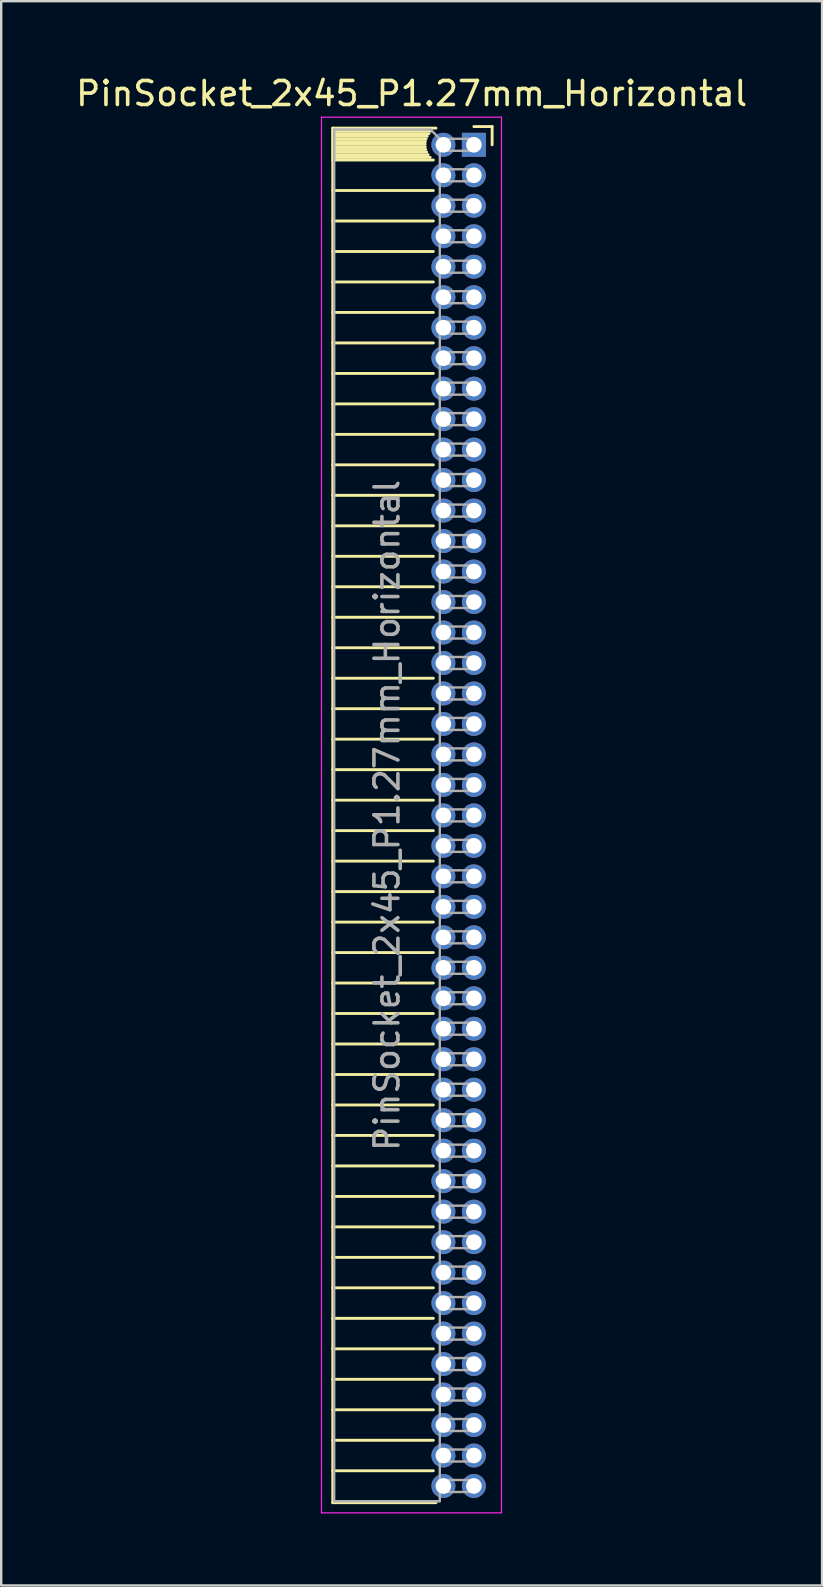
<source format=kicad_pcb>
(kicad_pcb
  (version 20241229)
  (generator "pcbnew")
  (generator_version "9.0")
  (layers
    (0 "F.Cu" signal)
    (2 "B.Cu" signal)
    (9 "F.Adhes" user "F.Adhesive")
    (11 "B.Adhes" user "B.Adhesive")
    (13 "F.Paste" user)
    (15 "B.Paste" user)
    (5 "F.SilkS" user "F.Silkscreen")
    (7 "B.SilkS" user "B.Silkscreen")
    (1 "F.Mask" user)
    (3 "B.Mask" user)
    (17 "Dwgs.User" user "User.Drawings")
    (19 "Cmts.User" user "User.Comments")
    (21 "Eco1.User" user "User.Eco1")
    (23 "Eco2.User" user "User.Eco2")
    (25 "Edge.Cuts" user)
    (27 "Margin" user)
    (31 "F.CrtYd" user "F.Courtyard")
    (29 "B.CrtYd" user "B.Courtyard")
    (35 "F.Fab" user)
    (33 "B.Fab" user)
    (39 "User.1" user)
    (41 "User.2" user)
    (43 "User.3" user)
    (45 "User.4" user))
  (footprint "PinSocket_2x45_P1.27mm_Horizontal"
    (layer "F.Cu")
    (at 16.694 2.983)
    (property "Reference" "PinSocket_2x45_P1.27mm_Horizontal" (at -2.592 -2.135 0) (layer "F.SilkS") (effects (font (size 1 1) (thickness 0.15))))
    (attr through_hole)
    (fp_line (start -5.88 -0.695) (end -5.88 56.575) (stroke (width 0.12) (type solid)) (layer "F.SilkS"))
    (fp_line (start -5.88 -0.695) (end -1.578 -0.695) (stroke (width 0.12) (type solid)) (layer "F.SilkS"))
    (fp_line (start -5.88 -0.575) (end -1.767 -0.575) (stroke (width 0.12) (type solid)) (layer "F.SilkS"))
    (fp_line (start -5.88 -0.465) (end -1.871 -0.465) (stroke (width 0.12) (type solid)) (layer "F.SilkS"))
    (fp_line (start -5.88 -0.355) (end -1.942 -0.355) (stroke (width 0.12) (type solid)) (layer "F.SilkS"))
    (fp_line (start -5.88 -0.245) (end -1.989 -0.245) (stroke (width 0.12) (type solid)) (layer "F.SilkS"))
    (fp_line (start -5.88 -0.135) (end -2.018 -0.135) (stroke (width 0.12) (type solid)) (layer "F.SilkS"))
    (fp_line (start -5.88 -0.025) (end -2.03 -0.025) (stroke (width 0.12) (type solid)) (layer "F.SilkS"))
    (fp_line (start -5.88 0.085) (end -2.025 0.085) (stroke (width 0.12) (type solid)) (layer "F.SilkS"))
    (fp_line (start -5.88 0.195) (end -2.005 0.195) (stroke (width 0.12) (type solid)) (layer "F.SilkS"))
    (fp_line (start -5.88 0.305) (end -1.966 0.305) (stroke (width 0.12) (type solid)) (layer "F.SilkS"))
    (fp_line (start -5.88 0.415) (end -1.907 0.415) (stroke (width 0.12) (type solid)) (layer "F.SilkS"))
    (fp_line (start -5.88 0.525) (end -1.82 0.525) (stroke (width 0.12) (type solid)) (layer "F.SilkS"))
    (fp_line (start -5.88 0.635) (end -1.688 0.635) (stroke (width 0.12) (type solid)) (layer "F.SilkS"))
    (fp_line (start -5.88 1.905) (end -1.688 1.905) (stroke (width 0.12) (type solid)) (layer "F.SilkS"))
    (fp_line (start -5.88 3.175) (end -1.688 3.175) (stroke (width 0.12) (type solid)) (layer "F.SilkS"))
    (fp_line (start -5.88 4.445) (end -1.688 4.445) (stroke (width 0.12) (type solid)) (layer "F.SilkS"))
    (fp_line (start -5.88 5.715) (end -1.688 5.715) (stroke (width 0.12) (type solid)) (layer "F.SilkS"))
    (fp_line (start -5.88 6.985) (end -1.688 6.985) (stroke (width 0.12) (type solid)) (layer "F.SilkS"))
    (fp_line (start -5.88 8.255) (end -1.688 8.255) (stroke (width 0.12) (type solid)) (layer "F.SilkS"))
    (fp_line (start -5.88 9.525) (end -1.688 9.525) (stroke (width 0.12) (type solid)) (layer "F.SilkS"))
    (fp_line (start -5.88 10.795) (end -1.688 10.795) (stroke (width 0.12) (type solid)) (layer "F.SilkS"))
    (fp_line (start -5.88 12.065) (end -1.688 12.065) (stroke (width 0.12) (type solid)) (layer "F.SilkS"))
    (fp_line (start -5.88 13.335) (end -1.688 13.335) (stroke (width 0.12) (type solid)) (layer "F.SilkS"))
    (fp_line (start -5.88 14.605) (end -1.688 14.605) (stroke (width 0.12) (type solid)) (layer "F.SilkS"))
    (fp_line (start -5.88 15.875) (end -1.688 15.875) (stroke (width 0.12) (type solid)) (layer "F.SilkS"))
    (fp_line (start -5.88 17.145) (end -1.688 17.145) (stroke (width 0.12) (type solid)) (layer "F.SilkS"))
    (fp_line (start -5.88 18.415) (end -1.688 18.415) (stroke (width 0.12) (type solid)) (layer "F.SilkS"))
    (fp_line (start -5.88 19.685) (end -1.688 19.685) (stroke (width 0.12) (type solid)) (layer "F.SilkS"))
    (fp_line (start -5.88 20.955) (end -1.688 20.955) (stroke (width 0.12) (type solid)) (layer "F.SilkS"))
    (fp_line (start -5.88 22.225) (end -1.688 22.225) (stroke (width 0.12) (type solid)) (layer "F.SilkS"))
    (fp_line (start -5.88 23.495) (end -1.688 23.495) (stroke (width 0.12) (type solid)) (layer "F.SilkS"))
    (fp_line (start -5.88 24.765) (end -1.688 24.765) (stroke (width 0.12) (type solid)) (layer "F.SilkS"))
    (fp_line (start -5.88 26.035) (end -1.688 26.035) (stroke (width 0.12) (type solid)) (layer "F.SilkS"))
    (fp_line (start -5.88 27.305) (end -1.688 27.305) (stroke (width 0.12) (type solid)) (layer "F.SilkS"))
    (fp_line (start -5.88 28.575) (end -1.688 28.575) (stroke (width 0.12) (type solid)) (layer "F.SilkS"))
    (fp_line (start -5.88 29.845) (end -1.688 29.845) (stroke (width 0.12) (type solid)) (layer "F.SilkS"))
    (fp_line (start -5.88 31.115) (end -1.688 31.115) (stroke (width 0.12) (type solid)) (layer "F.SilkS"))
    (fp_line (start -5.88 32.385) (end -1.688 32.385) (stroke (width 0.12) (type solid)) (layer "F.SilkS"))
    (fp_line (start -5.88 33.655) (end -1.688 33.655) (stroke (width 0.12) (type solid)) (layer "F.SilkS"))
    (fp_line (start -5.88 34.925) (end -1.688 34.925) (stroke (width 0.12) (type solid)) (layer "F.SilkS"))
    (fp_line (start -5.88 36.195) (end -1.688 36.195) (stroke (width 0.12) (type solid)) (layer "F.SilkS"))
    (fp_line (start -5.88 37.465) (end -1.688 37.465) (stroke (width 0.12) (type solid)) (layer "F.SilkS"))
    (fp_line (start -5.88 38.735) (end -1.688 38.735) (stroke (width 0.12) (type solid)) (layer "F.SilkS"))
    (fp_line (start -5.88 40.005) (end -1.688 40.005) (stroke (width 0.12) (type solid)) (layer "F.SilkS"))
    (fp_line (start -5.88 41.275) (end -1.688 41.275) (stroke (width 0.12) (type solid)) (layer "F.SilkS"))
    (fp_line (start -5.88 42.545) (end -1.688 42.545) (stroke (width 0.12) (type solid)) (layer "F.SilkS"))
    (fp_line (start -5.88 43.815) (end -1.688 43.815) (stroke (width 0.12) (type solid)) (layer "F.SilkS"))
    (fp_line (start -5.88 45.085) (end -1.688 45.085) (stroke (width 0.12) (type solid)) (layer "F.SilkS"))
    (fp_line (start -5.88 46.355) (end -1.688 46.355) (stroke (width 0.12) (type solid)) (layer "F.SilkS"))
    (fp_line (start -5.88 47.625) (end -1.688 47.625) (stroke (width 0.12) (type solid)) (layer "F.SilkS"))
    (fp_line (start -5.88 48.895) (end -1.688 48.895) (stroke (width 0.12) (type solid)) (layer "F.SilkS"))
    (fp_line (start -5.88 50.165) (end -1.688 50.165) (stroke (width 0.12) (type solid)) (layer "F.SilkS"))
    (fp_line (start -5.88 51.435) (end -1.688 51.435) (stroke (width 0.12) (type solid)) (layer "F.SilkS"))
    (fp_line (start -5.88 52.705) (end -1.688 52.705) (stroke (width 0.12) (type solid)) (layer "F.SilkS"))
    (fp_line (start -5.88 53.975) (end -1.688 53.975) (stroke (width 0.12) (type solid)) (layer "F.SilkS"))
    (fp_line (start -5.88 55.245) (end -1.688 55.245) (stroke (width 0.12) (type solid)) (layer "F.SilkS"))
    (fp_line (start -5.88 56.575) (end -1.578 56.575) (stroke (width 0.12) (type solid)) (layer "F.SilkS"))
    (fp_line (start 0 -0.76) (end 0.76 -0.76) (stroke (width 0.12) (type solid)) (layer "F.SilkS"))
    (fp_line (start 0.76 -0.76) (end 0.76 0) (stroke (width 0.12) (type solid)) (layer "F.SilkS"))
    (fp_line (start -6.35 -1.15) (end -6.35 57) (stroke (width 0.05) (type solid)) (layer "F.CrtYd"))
    (fp_line (start -6.35 57) (end 1.15 57) (stroke (width 0.05) (type solid)) (layer "F.CrtYd"))
    (fp_line (start 1.15 -1.15) (end -6.35 -1.15) (stroke (width 0.05) (type solid)) (layer "F.CrtYd"))
    (fp_line (start 1.15 57) (end 1.15 -1.15) (stroke (width 0.05) (type solid)) (layer "F.CrtYd"))
    (fp_line (start -5.82 -0.635) (end -1.805 -0.635) (stroke (width 0.1) (type solid)) (layer "F.Fab"))
    (fp_line (start -5.82 56.515) (end -5.82 -0.635) (stroke (width 0.1) (type solid)) (layer "F.Fab"))
    (fp_line (start -1.805 -0.635) (end -1.42 -0.25) (stroke (width 0.1) (type solid)) (layer "F.Fab"))
    (fp_line (start -1.42 -0.25) (end -1.42 56.515) (stroke (width 0.1) (type solid)) (layer "F.Fab"))
    (fp_line (start -1.42 0.25) (end 0 0.25) (stroke (width 0.1) (type solid)) (layer "F.Fab"))
    (fp_line (start -1.42 1.52) (end 0 1.52) (stroke (width 0.1) (type solid)) (layer "F.Fab"))
    (fp_line (start -1.42 2.79) (end 0 2.79) (stroke (width 0.1) (type solid)) (layer "F.Fab"))
    (fp_line (start -1.42 4.06) (end 0 4.06) (stroke (width 0.1) (type solid)) (layer "F.Fab"))
    (fp_line (start -1.42 5.33) (end 0 5.33) (stroke (width 0.1) (type solid)) (layer "F.Fab"))
    (fp_line (start -1.42 6.6) (end 0 6.6) (stroke (width 0.1) (type solid)) (layer "F.Fab"))
    (fp_line (start -1.42 7.87) (end 0 7.87) (stroke (width 0.1) (type solid)) (layer "F.Fab"))
    (fp_line (start -1.42 9.14) (end 0 9.14) (stroke (width 0.1) (type solid)) (layer "F.Fab"))
    (fp_line (start -1.42 10.41) (end 0 10.41) (stroke (width 0.1) (type solid)) (layer "F.Fab"))
    (fp_line (start -1.42 11.68) (end 0 11.68) (stroke (width 0.1) (type solid)) (layer "F.Fab"))
    (fp_line (start -1.42 12.95) (end 0 12.95) (stroke (width 0.1) (type solid)) (layer "F.Fab"))
    (fp_line (start -1.42 14.22) (end 0 14.22) (stroke (width 0.1) (type solid)) (layer "F.Fab"))
    (fp_line (start -1.42 15.49) (end 0 15.49) (stroke (width 0.1) (type solid)) (layer "F.Fab"))
    (fp_line (start -1.42 16.76) (end 0 16.76) (stroke (width 0.1) (type solid)) (layer "F.Fab"))
    (fp_line (start -1.42 18.03) (end 0 18.03) (stroke (width 0.1) (type solid)) (layer "F.Fab"))
    (fp_line (start -1.42 19.3) (end 0 19.3) (stroke (width 0.1) (type solid)) (layer "F.Fab"))
    (fp_line (start -1.42 20.57) (end 0 20.57) (stroke (width 0.1) (type solid)) (layer "F.Fab"))
    (fp_line (start -1.42 21.84) (end 0 21.84) (stroke (width 0.1) (type solid)) (layer "F.Fab"))
    (fp_line (start -1.42 23.11) (end 0 23.11) (stroke (width 0.1) (type solid)) (layer "F.Fab"))
    (fp_line (start -1.42 24.38) (end 0 24.38) (stroke (width 0.1) (type solid)) (layer "F.Fab"))
    (fp_line (start -1.42 25.65) (end 0 25.65) (stroke (width 0.1) (type solid)) (layer "F.Fab"))
    (fp_line (start -1.42 26.92) (end 0 26.92) (stroke (width 0.1) (type solid)) (layer "F.Fab"))
    (fp_line (start -1.42 28.19) (end 0 28.19) (stroke (width 0.1) (type solid)) (layer "F.Fab"))
    (fp_line (start -1.42 29.46) (end 0 29.46) (stroke (width 0.1) (type solid)) (layer "F.Fab"))
    (fp_line (start -1.42 30.73) (end 0 30.73) (stroke (width 0.1) (type solid)) (layer "F.Fab"))
    (fp_line (start -1.42 32) (end 0 32) (stroke (width 0.1) (type solid)) (layer "F.Fab"))
    (fp_line (start -1.42 33.27) (end 0 33.27) (stroke (width 0.1) (type solid)) (layer "F.Fab"))
    (fp_line (start -1.42 34.54) (end 0 34.54) (stroke (width 0.1) (type solid)) (layer "F.Fab"))
    (fp_line (start -1.42 35.81) (end 0 35.81) (stroke (width 0.1) (type solid)) (layer "F.Fab"))
    (fp_line (start -1.42 37.08) (end 0 37.08) (stroke (width 0.1) (type solid)) (layer "F.Fab"))
    (fp_line (start -1.42 38.35) (end 0 38.35) (stroke (width 0.1) (type solid)) (layer "F.Fab"))
    (fp_line (start -1.42 39.62) (end 0 39.62) (stroke (width 0.1) (type solid)) (layer "F.Fab"))
    (fp_line (start -1.42 40.89) (end 0 40.89) (stroke (width 0.1) (type solid)) (layer "F.Fab"))
    (fp_line (start -1.42 42.16) (end 0 42.16) (stroke (width 0.1) (type solid)) (layer "F.Fab"))
    (fp_line (start -1.42 43.43) (end 0 43.43) (stroke (width 0.1) (type solid)) (layer "F.Fab"))
    (fp_line (start -1.42 44.7) (end 0 44.7) (stroke (width 0.1) (type solid)) (layer "F.Fab"))
    (fp_line (start -1.42 45.97) (end 0 45.97) (stroke (width 0.1) (type solid)) (layer "F.Fab"))
    (fp_line (start -1.42 47.24) (end 0 47.24) (stroke (width 0.1) (type solid)) (layer "F.Fab"))
    (fp_line (start -1.42 48.51) (end 0 48.51) (stroke (width 0.1) (type solid)) (layer "F.Fab"))
    (fp_line (start -1.42 49.78) (end 0 49.78) (stroke (width 0.1) (type solid)) (layer "F.Fab"))
    (fp_line (start -1.42 51.05) (end 0 51.05) (stroke (width 0.1) (type solid)) (layer "F.Fab"))
    (fp_line (start -1.42 52.32) (end 0 52.32) (stroke (width 0.1) (type solid)) (layer "F.Fab"))
    (fp_line (start -1.42 53.59) (end 0 53.59) (stroke (width 0.1) (type solid)) (layer "F.Fab"))
    (fp_line (start -1.42 54.86) (end 0 54.86) (stroke (width 0.1) (type solid)) (layer "F.Fab"))
    (fp_line (start -1.42 56.13) (end 0 56.13) (stroke (width 0.1) (type solid)) (layer "F.Fab"))
    (fp_line (start -1.42 56.515) (end -5.82 56.515) (stroke (width 0.1) (type solid)) (layer "F.Fab"))
    (fp_line (start 0 -0.25) (end -1.42 -0.25) (stroke (width 0.1) (type solid)) (layer "F.Fab"))
    (fp_line (start 0 0.25) (end 0 -0.25) (stroke (width 0.1) (type solid)) (layer "F.Fab"))
    (fp_line (start 0 1.02) (end -1.42 1.02) (stroke (width 0.1) (type solid)) (layer "F.Fab"))
    (fp_line (start 0 1.52) (end 0 1.02) (stroke (width 0.1) (type solid)) (layer "F.Fab"))
    (fp_line (start 0 2.29) (end -1.42 2.29) (stroke (width 0.1) (type solid)) (layer "F.Fab"))
    (fp_line (start 0 2.79) (end 0 2.29) (stroke (width 0.1) (type solid)) (layer "F.Fab"))
    (fp_line (start 0 3.56) (end -1.42 3.56) (stroke (width 0.1) (type solid)) (layer "F.Fab"))
    (fp_line (start 0 4.06) (end 0 3.56) (stroke (width 0.1) (type solid)) (layer "F.Fab"))
    (fp_line (start 0 4.83) (end -1.42 4.83) (stroke (width 0.1) (type solid)) (layer "F.Fab"))
    (fp_line (start 0 5.33) (end 0 4.83) (stroke (width 0.1) (type solid)) (layer "F.Fab"))
    (fp_line (start 0 6.1) (end -1.42 6.1) (stroke (width 0.1) (type solid)) (layer "F.Fab"))
    (fp_line (start 0 6.6) (end 0 6.1) (stroke (width 0.1) (type solid)) (layer "F.Fab"))
    (fp_line (start 0 7.37) (end -1.42 7.37) (stroke (width 0.1) (type solid)) (layer "F.Fab"))
    (fp_line (start 0 7.87) (end 0 7.37) (stroke (width 0.1) (type solid)) (layer "F.Fab"))
    (fp_line (start 0 8.64) (end -1.42 8.64) (stroke (width 0.1) (type solid)) (layer "F.Fab"))
    (fp_line (start 0 9.14) (end 0 8.64) (stroke (width 0.1) (type solid)) (layer "F.Fab"))
    (fp_line (start 0 9.91) (end -1.42 9.91) (stroke (width 0.1) (type solid)) (layer "F.Fab"))
    (fp_line (start 0 10.41) (end 0 9.91) (stroke (width 0.1) (type solid)) (layer "F.Fab"))
    (fp_line (start 0 11.18) (end -1.42 11.18) (stroke (width 0.1) (type solid)) (layer "F.Fab"))
    (fp_line (start 0 11.68) (end 0 11.18) (stroke (width 0.1) (type solid)) (layer "F.Fab"))
    (fp_line (start 0 12.45) (end -1.42 12.45) (stroke (width 0.1) (type solid)) (layer "F.Fab"))
    (fp_line (start 0 12.95) (end 0 12.45) (stroke (width 0.1) (type solid)) (layer "F.Fab"))
    (fp_line (start 0 13.72) (end -1.42 13.72) (stroke (width 0.1) (type solid)) (layer "F.Fab"))
    (fp_line (start 0 14.22) (end 0 13.72) (stroke (width 0.1) (type solid)) (layer "F.Fab"))
    (fp_line (start 0 14.99) (end -1.42 14.99) (stroke (width 0.1) (type solid)) (layer "F.Fab"))
    (fp_line (start 0 15.49) (end 0 14.99) (stroke (width 0.1) (type solid)) (layer "F.Fab"))
    (fp_line (start 0 16.26) (end -1.42 16.26) (stroke (width 0.1) (type solid)) (layer "F.Fab"))
    (fp_line (start 0 16.76) (end 0 16.26) (stroke (width 0.1) (type solid)) (layer "F.Fab"))
    (fp_line (start 0 17.53) (end -1.42 17.53) (stroke (width 0.1) (type solid)) (layer "F.Fab"))
    (fp_line (start 0 18.03) (end 0 17.53) (stroke (width 0.1) (type solid)) (layer "F.Fab"))
    (fp_line (start 0 18.8) (end -1.42 18.8) (stroke (width 0.1) (type solid)) (layer "F.Fab"))
    (fp_line (start 0 19.3) (end 0 18.8) (stroke (width 0.1) (type solid)) (layer "F.Fab"))
    (fp_line (start 0 20.07) (end -1.42 20.07) (stroke (width 0.1) (type solid)) (layer "F.Fab"))
    (fp_line (start 0 20.57) (end 0 20.07) (stroke (width 0.1) (type solid)) (layer "F.Fab"))
    (fp_line (start 0 21.34) (end -1.42 21.34) (stroke (width 0.1) (type solid)) (layer "F.Fab"))
    (fp_line (start 0 21.84) (end 0 21.34) (stroke (width 0.1) (type solid)) (layer "F.Fab"))
    (fp_line (start 0 22.61) (end -1.42 22.61) (stroke (width 0.1) (type solid)) (layer "F.Fab"))
    (fp_line (start 0 23.11) (end 0 22.61) (stroke (width 0.1) (type solid)) (layer "F.Fab"))
    (fp_line (start 0 23.88) (end -1.42 23.88) (stroke (width 0.1) (type solid)) (layer "F.Fab"))
    (fp_line (start 0 24.38) (end 0 23.88) (stroke (width 0.1) (type solid)) (layer "F.Fab"))
    (fp_line (start 0 25.15) (end -1.42 25.15) (stroke (width 0.1) (type solid)) (layer "F.Fab"))
    (fp_line (start 0 25.65) (end 0 25.15) (stroke (width 0.1) (type solid)) (layer "F.Fab"))
    (fp_line (start 0 26.42) (end -1.42 26.42) (stroke (width 0.1) (type solid)) (layer "F.Fab"))
    (fp_line (start 0 26.92) (end 0 26.42) (stroke (width 0.1) (type solid)) (layer "F.Fab"))
    (fp_line (start 0 27.69) (end -1.42 27.69) (stroke (width 0.1) (type solid)) (layer "F.Fab"))
    (fp_line (start 0 28.19) (end 0 27.69) (stroke (width 0.1) (type solid)) (layer "F.Fab"))
    (fp_line (start 0 28.96) (end -1.42 28.96) (stroke (width 0.1) (type solid)) (layer "F.Fab"))
    (fp_line (start 0 29.46) (end 0 28.96) (stroke (width 0.1) (type solid)) (layer "F.Fab"))
    (fp_line (start 0 30.23) (end -1.42 30.23) (stroke (width 0.1) (type solid)) (layer "F.Fab"))
    (fp_line (start 0 30.73) (end 0 30.23) (stroke (width 0.1) (type solid)) (layer "F.Fab"))
    (fp_line (start 0 31.5) (end -1.42 31.5) (stroke (width 0.1) (type solid)) (layer "F.Fab"))
    (fp_line (start 0 32) (end 0 31.5) (stroke (width 0.1) (type solid)) (layer "F.Fab"))
    (fp_line (start 0 32.77) (end -1.42 32.77) (stroke (width 0.1) (type solid)) (layer "F.Fab"))
    (fp_line (start 0 33.27) (end 0 32.77) (stroke (width 0.1) (type solid)) (layer "F.Fab"))
    (fp_line (start 0 34.04) (end -1.42 34.04) (stroke (width 0.1) (type solid)) (layer "F.Fab"))
    (fp_line (start 0 34.54) (end 0 34.04) (stroke (width 0.1) (type solid)) (layer "F.Fab"))
    (fp_line (start 0 35.31) (end -1.42 35.31) (stroke (width 0.1) (type solid)) (layer "F.Fab"))
    (fp_line (start 0 35.81) (end 0 35.31) (stroke (width 0.1) (type solid)) (layer "F.Fab"))
    (fp_line (start 0 36.58) (end -1.42 36.58) (stroke (width 0.1) (type solid)) (layer "F.Fab"))
    (fp_line (start 0 37.08) (end 0 36.58) (stroke (width 0.1) (type solid)) (layer "F.Fab"))
    (fp_line (start 0 37.85) (end -1.42 37.85) (stroke (width 0.1) (type solid)) (layer "F.Fab"))
    (fp_line (start 0 38.35) (end 0 37.85) (stroke (width 0.1) (type solid)) (layer "F.Fab"))
    (fp_line (start 0 39.12) (end -1.42 39.12) (stroke (width 0.1) (type solid)) (layer "F.Fab"))
    (fp_line (start 0 39.62) (end 0 39.12) (stroke (width 0.1) (type solid)) (layer "F.Fab"))
    (fp_line (start 0 40.39) (end -1.42 40.39) (stroke (width 0.1) (type solid)) (layer "F.Fab"))
    (fp_line (start 0 40.89) (end 0 40.39) (stroke (width 0.1) (type solid)) (layer "F.Fab"))
    (fp_line (start 0 41.66) (end -1.42 41.66) (stroke (width 0.1) (type solid)) (layer "F.Fab"))
    (fp_line (start 0 42.16) (end 0 41.66) (stroke (width 0.1) (type solid)) (layer "F.Fab"))
    (fp_line (start 0 42.93) (end -1.42 42.93) (stroke (width 0.1) (type solid)) (layer "F.Fab"))
    (fp_line (start 0 43.43) (end 0 42.93) (stroke (width 0.1) (type solid)) (layer "F.Fab"))
    (fp_line (start 0 44.2) (end -1.42 44.2) (stroke (width 0.1) (type solid)) (layer "F.Fab"))
    (fp_line (start 0 44.7) (end 0 44.2) (stroke (width 0.1) (type solid)) (layer "F.Fab"))
    (fp_line (start 0 45.47) (end -1.42 45.47) (stroke (width 0.1) (type solid)) (layer "F.Fab"))
    (fp_line (start 0 45.97) (end 0 45.47) (stroke (width 0.1) (type solid)) (layer "F.Fab"))
    (fp_line (start 0 46.74) (end -1.42 46.74) (stroke (width 0.1) (type solid)) (layer "F.Fab"))
    (fp_line (start 0 47.24) (end 0 46.74) (stroke (width 0.1) (type solid)) (layer "F.Fab"))
    (fp_line (start 0 48.01) (end -1.42 48.01) (stroke (width 0.1) (type solid)) (layer "F.Fab"))
    (fp_line (start 0 48.51) (end 0 48.01) (stroke (width 0.1) (type solid)) (layer "F.Fab"))
    (fp_line (start 0 49.28) (end -1.42 49.28) (stroke (width 0.1) (type solid)) (layer "F.Fab"))
    (fp_line (start 0 49.78) (end 0 49.28) (stroke (width 0.1) (type solid)) (layer "F.Fab"))
    (fp_line (start 0 50.55) (end -1.42 50.55) (stroke (width 0.1) (type solid)) (layer "F.Fab"))
    (fp_line (start 0 51.05) (end 0 50.55) (stroke (width 0.1) (type solid)) (layer "F.Fab"))
    (fp_line (start 0 51.82) (end -1.42 51.82) (stroke (width 0.1) (type solid)) (layer "F.Fab"))
    (fp_line (start 0 52.32) (end 0 51.82) (stroke (width 0.1) (type solid)) (layer "F.Fab"))
    (fp_line (start 0 53.09) (end -1.42 53.09) (stroke (width 0.1) (type solid)) (layer "F.Fab"))
    (fp_line (start 0 53.59) (end 0 53.09) (stroke (width 0.1) (type solid)) (layer "F.Fab"))
    (fp_line (start 0 54.36) (end -1.42 54.36) (stroke (width 0.1) (type solid)) (layer "F.Fab"))
    (fp_line (start 0 54.86) (end 0 54.36) (stroke (width 0.1) (type solid)) (layer "F.Fab"))
    (fp_line (start 0 55.63) (end -1.42 55.63) (stroke (width 0.1) (type solid)) (layer "F.Fab"))
    (fp_line (start 0 56.13) (end 0 55.63) (stroke (width 0.1) (type solid)) (layer "F.Fab"))
    (fp_text user "${REFERENCE}" (at -3.62 27.94 90) (layer "F.Fab") (effects (font (size 1 1) (thickness 0.15))))
    (pad "1" thru_hole rect (at 0 0) (size 1 1) (drill 0.65) (layers "*.Cu" "*.Mask"))
    (pad "2" thru_hole circle (at -1.27 0) (size 1 1) (drill 0.65) (layers "*.Cu" "*.Mask"))
    (pad "3" thru_hole circle (at 0 1.27) (size 1 1) (drill 0.65) (layers "*.Cu" "*.Mask"))
    (pad "4" thru_hole circle (at -1.27 1.27) (size 1 1) (drill 0.65) (layers "*.Cu" "*.Mask"))
    (pad "5" thru_hole circle (at 0 2.54) (size 1 1) (drill 0.65) (layers "*.Cu" "*.Mask"))
    (pad "6" thru_hole circle (at -1.27 2.54) (size 1 1) (drill 0.65) (layers "*.Cu" "*.Mask"))
    (pad "7" thru_hole circle (at 0 3.81) (size 1 1) (drill 0.65) (layers "*.Cu" "*.Mask"))
    (pad "8" thru_hole circle (at -1.27 3.81) (size 1 1) (drill 0.65) (layers "*.Cu" "*.Mask"))
    (pad "9" thru_hole circle (at 0 5.08) (size 1 1) (drill 0.65) (layers "*.Cu" "*.Mask"))
    (pad "10" thru_hole circle (at -1.27 5.08) (size 1 1) (drill 0.65) (layers "*.Cu" "*.Mask"))
    (pad "11" thru_hole circle (at 0 6.35) (size 1 1) (drill 0.65) (layers "*.Cu" "*.Mask"))
    (pad "12" thru_hole circle (at -1.27 6.35) (size 1 1) (drill 0.65) (layers "*.Cu" "*.Mask"))
    (pad "13" thru_hole circle (at 0 7.62) (size 1 1) (drill 0.65) (layers "*.Cu" "*.Mask"))
    (pad "14" thru_hole circle (at -1.27 7.62) (size 1 1) (drill 0.65) (layers "*.Cu" "*.Mask"))
    (pad "15" thru_hole circle (at 0 8.89) (size 1 1) (drill 0.65) (layers "*.Cu" "*.Mask"))
    (pad "16" thru_hole circle (at -1.27 8.89) (size 1 1) (drill 0.65) (layers "*.Cu" "*.Mask"))
    (pad "17" thru_hole circle (at 0 10.16) (size 1 1) (drill 0.65) (layers "*.Cu" "*.Mask"))
    (pad "18" thru_hole circle (at -1.27 10.16) (size 1 1) (drill 0.65) (layers "*.Cu" "*.Mask"))
    (pad "19" thru_hole circle (at 0 11.43) (size 1 1) (drill 0.65) (layers "*.Cu" "*.Mask"))
    (pad "20" thru_hole circle (at -1.27 11.43) (size 1 1) (drill 0.65) (layers "*.Cu" "*.Mask"))
    (pad "21" thru_hole circle (at 0 12.7) (size 1 1) (drill 0.65) (layers "*.Cu" "*.Mask"))
    (pad "22" thru_hole circle (at -1.27 12.7) (size 1 1) (drill 0.65) (layers "*.Cu" "*.Mask"))
    (pad "23" thru_hole circle (at 0 13.97) (size 1 1) (drill 0.65) (layers "*.Cu" "*.Mask"))
    (pad "24" thru_hole circle (at -1.27 13.97) (size 1 1) (drill 0.65) (layers "*.Cu" "*.Mask"))
    (pad "25" thru_hole circle (at 0 15.24) (size 1 1) (drill 0.65) (layers "*.Cu" "*.Mask"))
    (pad "26" thru_hole circle (at -1.27 15.24) (size 1 1) (drill 0.65) (layers "*.Cu" "*.Mask"))
    (pad "27" thru_hole circle (at 0 16.51) (size 1 1) (drill 0.65) (layers "*.Cu" "*.Mask"))
    (pad "28" thru_hole circle (at -1.27 16.51) (size 1 1) (drill 0.65) (layers "*.Cu" "*.Mask"))
    (pad "29" thru_hole circle (at 0 17.78) (size 1 1) (drill 0.65) (layers "*.Cu" "*.Mask"))
    (pad "30" thru_hole circle (at -1.27 17.78) (size 1 1) (drill 0.65) (layers "*.Cu" "*.Mask"))
    (pad "31" thru_hole circle (at 0 19.05) (size 1 1) (drill 0.65) (layers "*.Cu" "*.Mask"))
    (pad "32" thru_hole circle (at -1.27 19.05) (size 1 1) (drill 0.65) (layers "*.Cu" "*.Mask"))
    (pad "33" thru_hole circle (at 0 20.32) (size 1 1) (drill 0.65) (layers "*.Cu" "*.Mask"))
    (pad "34" thru_hole circle (at -1.27 20.32) (size 1 1) (drill 0.65) (layers "*.Cu" "*.Mask"))
    (pad "35" thru_hole circle (at 0 21.59) (size 1 1) (drill 0.65) (layers "*.Cu" "*.Mask"))
    (pad "36" thru_hole circle (at -1.27 21.59) (size 1 1) (drill 0.65) (layers "*.Cu" "*.Mask"))
    (pad "37" thru_hole circle (at 0 22.86) (size 1 1) (drill 0.65) (layers "*.Cu" "*.Mask"))
    (pad "38" thru_hole circle (at -1.27 22.86) (size 1 1) (drill 0.65) (layers "*.Cu" "*.Mask"))
    (pad "39" thru_hole circle (at 0 24.13) (size 1 1) (drill 0.65) (layers "*.Cu" "*.Mask"))
    (pad "40" thru_hole circle (at -1.27 24.13) (size 1 1) (drill 0.65) (layers "*.Cu" "*.Mask"))
    (pad "41" thru_hole circle (at 0 25.4) (size 1 1) (drill 0.65) (layers "*.Cu" "*.Mask"))
    (pad "42" thru_hole circle (at -1.27 25.4) (size 1 1) (drill 0.65) (layers "*.Cu" "*.Mask"))
    (pad "43" thru_hole circle (at 0 26.67) (size 1 1) (drill 0.65) (layers "*.Cu" "*.Mask"))
    (pad "44" thru_hole circle (at -1.27 26.67) (size 1 1) (drill 0.65) (layers "*.Cu" "*.Mask"))
    (pad "45" thru_hole circle (at 0 27.94) (size 1 1) (drill 0.65) (layers "*.Cu" "*.Mask"))
    (pad "46" thru_hole circle (at -1.27 27.94) (size 1 1) (drill 0.65) (layers "*.Cu" "*.Mask"))
    (pad "47" thru_hole circle (at 0 29.21) (size 1 1) (drill 0.65) (layers "*.Cu" "*.Mask"))
    (pad "48" thru_hole circle (at -1.27 29.21) (size 1 1) (drill 0.65) (layers "*.Cu" "*.Mask"))
    (pad "49" thru_hole circle (at 0 30.48) (size 1 1) (drill 0.65) (layers "*.Cu" "*.Mask"))
    (pad "50" thru_hole circle (at -1.27 30.48) (size 1 1) (drill 0.65) (layers "*.Cu" "*.Mask"))
    (pad "51" thru_hole circle (at 0 31.75) (size 1 1) (drill 0.65) (layers "*.Cu" "*.Mask"))
    (pad "52" thru_hole circle (at -1.27 31.75) (size 1 1) (drill 0.65) (layers "*.Cu" "*.Mask"))
    (pad "53" thru_hole circle (at 0 33.02) (size 1 1) (drill 0.65) (layers "*.Cu" "*.Mask"))
    (pad "54" thru_hole circle (at -1.27 33.02) (size 1 1) (drill 0.65) (layers "*.Cu" "*.Mask"))
    (pad "55" thru_hole circle (at 0 34.29) (size 1 1) (drill 0.65) (layers "*.Cu" "*.Mask"))
    (pad "56" thru_hole circle (at -1.27 34.29) (size 1 1) (drill 0.65) (layers "*.Cu" "*.Mask"))
    (pad "57" thru_hole circle (at 0 35.56) (size 1 1) (drill 0.65) (layers "*.Cu" "*.Mask"))
    (pad "58" thru_hole circle (at -1.27 35.56) (size 1 1) (drill 0.65) (layers "*.Cu" "*.Mask"))
    (pad "59" thru_hole circle (at 0 36.83) (size 1 1) (drill 0.65) (layers "*.Cu" "*.Mask"))
    (pad "60" thru_hole circle (at -1.27 36.83) (size 1 1) (drill 0.65) (layers "*.Cu" "*.Mask"))
    (pad "61" thru_hole circle (at 0 38.1) (size 1 1) (drill 0.65) (layers "*.Cu" "*.Mask"))
    (pad "62" thru_hole circle (at -1.27 38.1) (size 1 1) (drill 0.65) (layers "*.Cu" "*.Mask"))
    (pad "63" thru_hole circle (at 0 39.37) (size 1 1) (drill 0.65) (layers "*.Cu" "*.Mask"))
    (pad "64" thru_hole circle (at -1.27 39.37) (size 1 1) (drill 0.65) (layers "*.Cu" "*.Mask"))
    (pad "65" thru_hole circle (at 0 40.64) (size 1 1) (drill 0.65) (layers "*.Cu" "*.Mask"))
    (pad "66" thru_hole circle (at -1.27 40.64) (size 1 1) (drill 0.65) (layers "*.Cu" "*.Mask"))
    (pad "67" thru_hole circle (at 0 41.91) (size 1 1) (drill 0.65) (layers "*.Cu" "*.Mask"))
    (pad "68" thru_hole circle (at -1.27 41.91) (size 1 1) (drill 0.65) (layers "*.Cu" "*.Mask"))
    (pad "69" thru_hole circle (at 0 43.18) (size 1 1) (drill 0.65) (layers "*.Cu" "*.Mask"))
    (pad "70" thru_hole circle (at -1.27 43.18) (size 1 1) (drill 0.65) (layers "*.Cu" "*.Mask"))
    (pad "71" thru_hole circle (at 0 44.45) (size 1 1) (drill 0.65) (layers "*.Cu" "*.Mask"))
    (pad "72" thru_hole circle (at -1.27 44.45) (size 1 1) (drill 0.65) (layers "*.Cu" "*.Mask"))
    (pad "73" thru_hole circle (at 0 45.72) (size 1 1) (drill 0.65) (layers "*.Cu" "*.Mask"))
    (pad "74" thru_hole circle (at -1.27 45.72) (size 1 1) (drill 0.65) (layers "*.Cu" "*.Mask"))
    (pad "75" thru_hole circle (at 0 46.99) (size 1 1) (drill 0.65) (layers "*.Cu" "*.Mask"))
    (pad "76" thru_hole circle (at -1.27 46.99) (size 1 1) (drill 0.65) (layers "*.Cu" "*.Mask"))
    (pad "77" thru_hole circle (at 0 48.26) (size 1 1) (drill 0.65) (layers "*.Cu" "*.Mask"))
    (pad "78" thru_hole circle (at -1.27 48.26) (size 1 1) (drill 0.65) (layers "*.Cu" "*.Mask"))
    (pad "79" thru_hole circle (at 0 49.53) (size 1 1) (drill 0.65) (layers "*.Cu" "*.Mask"))
    (pad "80" thru_hole circle (at -1.27 49.53) (size 1 1) (drill 0.65) (layers "*.Cu" "*.Mask"))
    (pad "81" thru_hole circle (at 0 50.8) (size 1 1) (drill 0.65) (layers "*.Cu" "*.Mask"))
    (pad "82" thru_hole circle (at -1.27 50.8) (size 1 1) (drill 0.65) (layers "*.Cu" "*.Mask"))
    (pad "83" thru_hole circle (at 0 52.07) (size 1 1) (drill 0.65) (layers "*.Cu" "*.Mask"))
    (pad "84" thru_hole circle (at -1.27 52.07) (size 1 1) (drill 0.65) (layers "*.Cu" "*.Mask"))
    (pad "85" thru_hole circle (at 0 53.34) (size 1 1) (drill 0.65) (layers "*.Cu" "*.Mask"))
    (pad "86" thru_hole circle (at -1.27 53.34) (size 1 1) (drill 0.65) (layers "*.Cu" "*.Mask"))
    (pad "87" thru_hole circle (at 0 54.61) (size 1 1) (drill 0.65) (layers "*.Cu" "*.Mask"))
    (pad "88" thru_hole circle (at -1.27 54.61) (size 1 1) (drill 0.65) (layers "*.Cu" "*.Mask"))
    (pad "89" thru_hole circle (at 0 55.88) (size 1 1) (drill 0.65) (layers "*.Cu" "*.Mask"))
    (pad "90" thru_hole circle (at -1.27 55.88) (size 1 1) (drill 0.65) (layers "*.Cu" "*.Mask")))
  (gr_rect
    (start -3 -3)
    (end 31.202 63.008)
    (stroke (width 0.1) (type default))
    (fill no)
    (layer "Edge.Cuts")))
</source>
